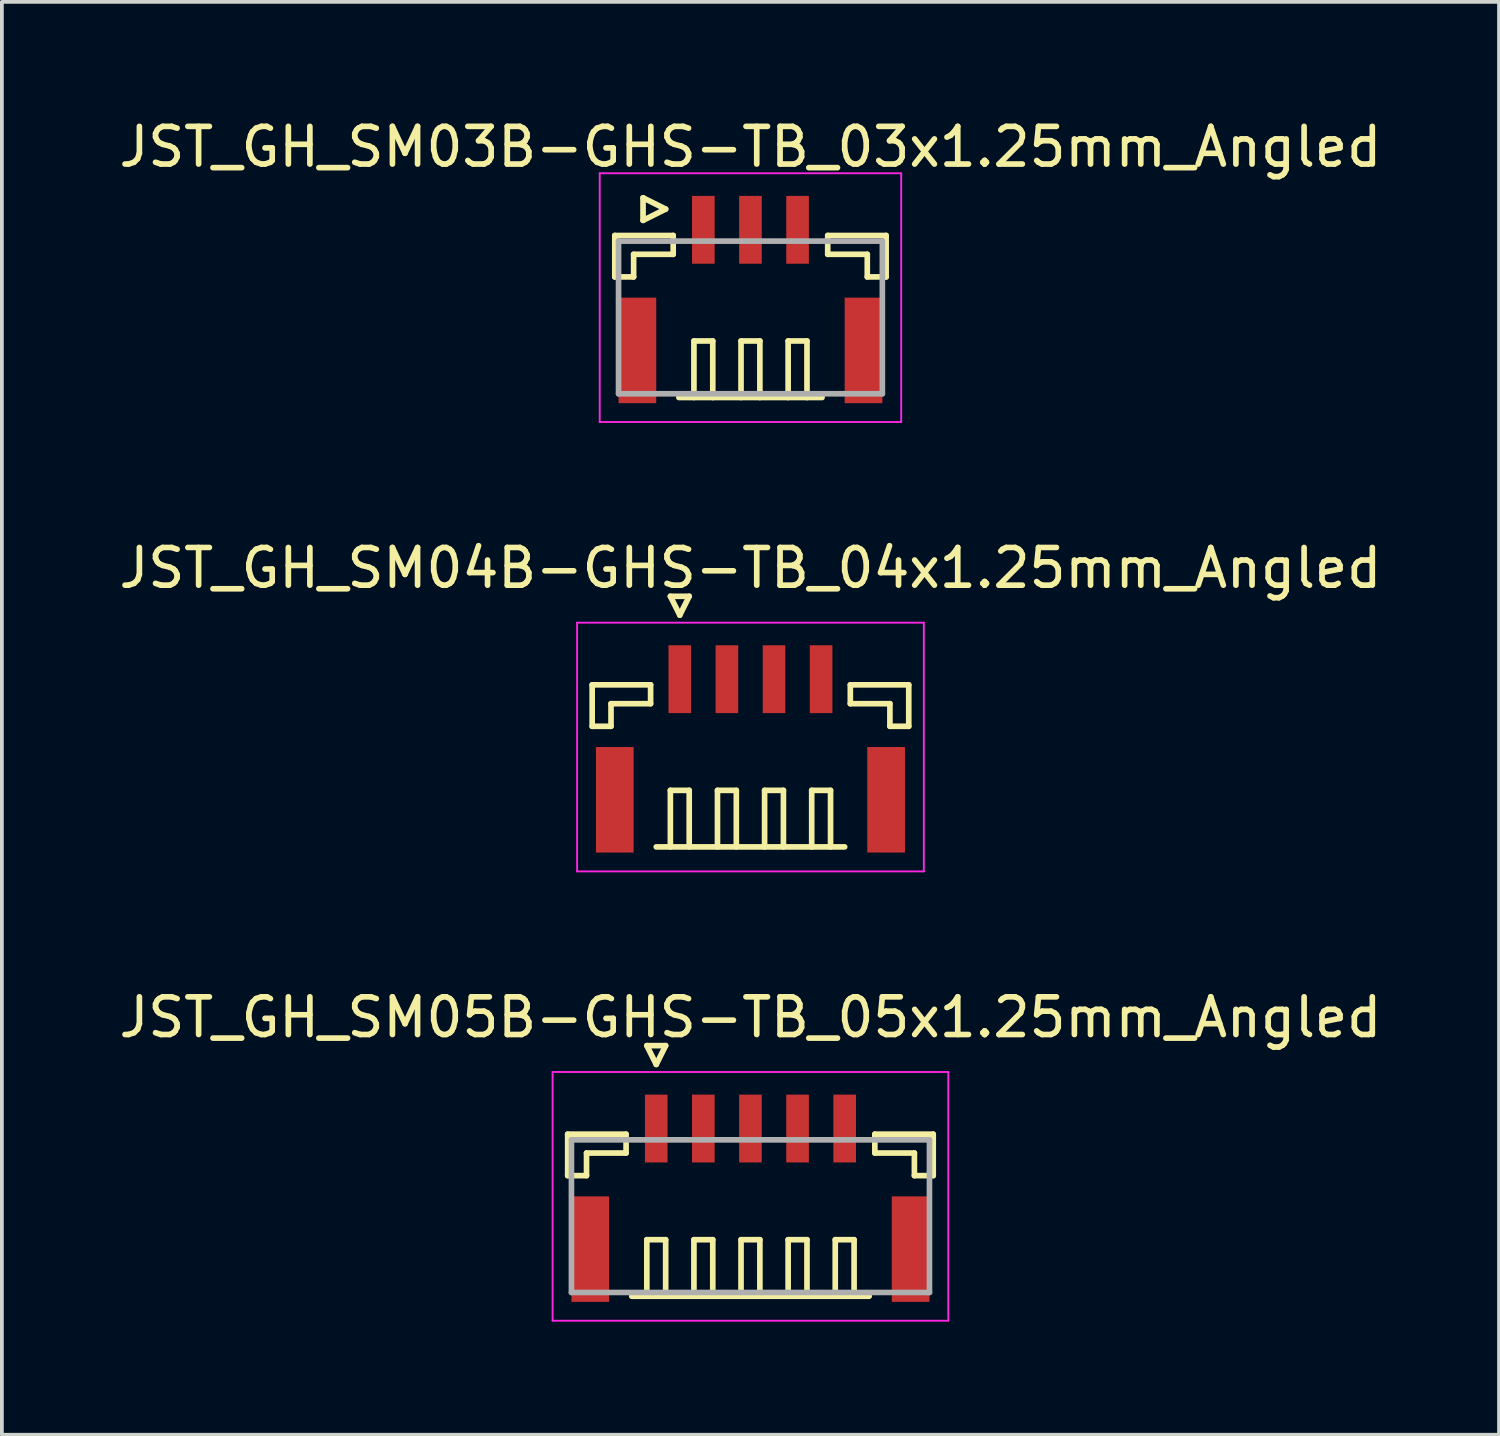
<source format=kicad_pcb>
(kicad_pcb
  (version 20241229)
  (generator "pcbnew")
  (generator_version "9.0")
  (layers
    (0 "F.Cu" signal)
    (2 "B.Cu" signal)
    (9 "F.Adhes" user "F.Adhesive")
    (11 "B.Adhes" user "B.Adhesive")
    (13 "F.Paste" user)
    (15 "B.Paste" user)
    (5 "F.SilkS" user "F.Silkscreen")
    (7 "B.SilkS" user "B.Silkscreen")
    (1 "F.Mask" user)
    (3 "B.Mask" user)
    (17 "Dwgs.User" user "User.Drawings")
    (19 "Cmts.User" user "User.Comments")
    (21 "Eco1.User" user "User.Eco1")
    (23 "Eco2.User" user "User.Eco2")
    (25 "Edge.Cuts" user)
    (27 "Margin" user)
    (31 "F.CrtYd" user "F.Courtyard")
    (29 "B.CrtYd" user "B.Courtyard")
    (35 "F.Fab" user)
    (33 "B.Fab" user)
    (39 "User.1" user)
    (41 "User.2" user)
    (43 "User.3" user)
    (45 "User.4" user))
  (footprint "JST_GH_SM04B-GHS-TB_04x1.25mm_Angled"
    (layer "F.Cu")
    (at 16.863 16.572)
    (property "Reference" "JST_GH_SM04B-GHS-TB_04x1.25mm_Angled" (at 0 -4.55 0) (layer "F.SilkS") (effects (font (size 1 1) (thickness 0.15))))
    (attr smd)
    (fp_line (start -4.2 -1.45) (end -2.65 -1.45) (stroke (width 0.15) (type solid)) (layer "F.SilkS"))
    (fp_line (start -4.2 -0.35) (end -4.2 -1.45) (stroke (width 0.15) (type solid)) (layer "F.SilkS"))
    (fp_line (start -3.7 -0.95) (end -3.7 -0.35) (stroke (width 0.15) (type solid)) (layer "F.SilkS"))
    (fp_line (start -3.7 -0.35) (end -4.2 -0.35) (stroke (width 0.15) (type solid)) (layer "F.SilkS"))
    (fp_line (start -2.65 -1.45) (end -2.65 -0.95) (stroke (width 0.15) (type solid)) (layer "F.SilkS"))
    (fp_line (start -2.65 -0.95) (end -3.7 -0.95) (stroke (width 0.15) (type solid)) (layer "F.SilkS"))
    (fp_line (start -2.5 2.85) (end 2.5 2.85) (stroke (width 0.15) (type solid)) (layer "F.SilkS"))
    (fp_line (start -2.125 -3.8) (end -1.625 -3.8) (stroke (width 0.15) (type solid)) (layer "F.SilkS"))
    (fp_line (start -2.125 1.35) (end -1.625 1.35) (stroke (width 0.15) (type solid)) (layer "F.SilkS"))
    (fp_line (start -2.125 2.85) (end -2.125 1.35) (stroke (width 0.15) (type solid)) (layer "F.SilkS"))
    (fp_line (start -1.875 -3.3) (end -2.125 -3.8) (stroke (width 0.15) (type solid)) (layer "F.SilkS"))
    (fp_line (start -1.625 -3.8) (end -1.875 -3.3) (stroke (width 0.15) (type solid)) (layer "F.SilkS"))
    (fp_line (start -1.625 1.35) (end -1.625 2.85) (stroke (width 0.15) (type solid)) (layer "F.SilkS"))
    (fp_line (start -0.875 1.35) (end -0.375 1.35) (stroke (width 0.15) (type solid)) (layer "F.SilkS"))
    (fp_line (start -0.875 2.85) (end -0.875 1.35) (stroke (width 0.15) (type solid)) (layer "F.SilkS"))
    (fp_line (start -0.375 1.35) (end -0.375 2.85) (stroke (width 0.15) (type solid)) (layer "F.SilkS"))
    (fp_line (start 0.375 1.35) (end 0.875 1.35) (stroke (width 0.15) (type solid)) (layer "F.SilkS"))
    (fp_line (start 0.375 2.85) (end 0.375 1.35) (stroke (width 0.15) (type solid)) (layer "F.SilkS"))
    (fp_line (start 0.875 1.35) (end 0.875 2.85) (stroke (width 0.15) (type solid)) (layer "F.SilkS"))
    (fp_line (start 1.625 1.35) (end 2.125 1.35) (stroke (width 0.15) (type solid)) (layer "F.SilkS"))
    (fp_line (start 1.625 2.85) (end 1.625 1.35) (stroke (width 0.15) (type solid)) (layer "F.SilkS"))
    (fp_line (start 2.125 1.35) (end 2.125 2.85) (stroke (width 0.15) (type solid)) (layer "F.SilkS"))
    (fp_line (start 2.65 -1.45) (end 2.65 -0.95) (stroke (width 0.15) (type solid)) (layer "F.SilkS"))
    (fp_line (start 2.65 -0.95) (end 3.7 -0.95) (stroke (width 0.15) (type solid)) (layer "F.SilkS"))
    (fp_line (start 3.7 -0.95) (end 3.7 -0.35) (stroke (width 0.15) (type solid)) (layer "F.SilkS"))
    (fp_line (start 3.7 -0.35) (end 4.2 -0.35) (stroke (width 0.15) (type solid)) (layer "F.SilkS"))
    (fp_line (start 4.2 -1.45) (end 2.65 -1.45) (stroke (width 0.15) (type solid)) (layer "F.SilkS"))
    (fp_line (start 4.2 -0.35) (end 4.2 -1.45) (stroke (width 0.15) (type solid)) (layer "F.SilkS"))
    (fp_line (start -4.6 -3.1) (end -4.6 3.5) (stroke (width 0.05) (type solid)) (layer "F.CrtYd"))
    (fp_line (start -4.6 3.5) (end 4.6 3.5) (stroke (width 0.05) (type solid)) (layer "F.CrtYd"))
    (fp_line (start 4.6 -3.1) (end -4.6 -3.1) (stroke (width 0.05) (type solid)) (layer "F.CrtYd"))
    (fp_line (start 4.6 3.5) (end 4.6 -3.1) (stroke (width 0.05) (type solid)) (layer "F.CrtYd"))
    (pad "" smd rect (at -3.6 1.6) (size 1 2.8) (layers "F.Cu" "F.Mask" "F.Paste"))
    (pad "" smd rect (at 3.6 1.6) (size 1 2.8) (layers "F.Cu" "F.Mask" "F.Paste"))
    (pad "1" smd rect (at -1.875 -1.6) (size 0.6 1.8) (layers "F.Cu" "F.Mask" "F.Paste"))
    (pad "2" smd rect (at -0.625 -1.6) (size 0.6 1.8) (layers "F.Cu" "F.Mask" "F.Paste"))
    (pad "3" smd rect (at 0.625 -1.6) (size 0.6 1.8) (layers "F.Cu" "F.Mask" "F.Paste"))
    (pad "4" smd rect (at 1.875 -1.6) (size 0.6 1.8) (layers "F.Cu" "F.Mask" "F.Paste")))
  (footprint "JST_GH_SM05B-GHS-TB_05x1.25mm_Angled"
    (layer "F.Cu")
    (at 16.863 28.495)
    (property "Reference" "JST_GH_SM05B-GHS-TB_05x1.25mm_Angled" (at 0 -4.55 0) (layer "F.SilkS") (effects (font (size 1 1) (thickness 0.15))))
    (attr smd)
    (fp_line (start -4.85 -1.45) (end -3.3 -1.45) (stroke (width 0.15) (type solid)) (layer "F.SilkS"))
    (fp_line (start -4.85 -0.35) (end -4.85 -1.45) (stroke (width 0.15) (type solid)) (layer "F.SilkS"))
    (fp_line (start -4.35 -0.95) (end -4.35 -0.35) (stroke (width 0.15) (type solid)) (layer "F.SilkS"))
    (fp_line (start -4.35 -0.35) (end -4.85 -0.35) (stroke (width 0.15) (type solid)) (layer "F.SilkS"))
    (fp_line (start -3.3 -1.45) (end -3.3 -0.95) (stroke (width 0.15) (type solid)) (layer "F.SilkS"))
    (fp_line (start -3.3 -0.95) (end -4.35 -0.95) (stroke (width 0.15) (type solid)) (layer "F.SilkS"))
    (fp_line (start -3.15 2.85) (end 3.15 2.85) (stroke (width 0.15) (type solid)) (layer "F.SilkS"))
    (fp_line (start -2.75 -3.8) (end -2.25 -3.8) (stroke (width 0.15) (type solid)) (layer "F.SilkS"))
    (fp_line (start -2.75 1.35) (end -2.25 1.35) (stroke (width 0.15) (type solid)) (layer "F.SilkS"))
    (fp_line (start -2.75 2.85) (end -2.75 1.35) (stroke (width 0.15) (type solid)) (layer "F.SilkS"))
    (fp_line (start -2.5 -3.3) (end -2.75 -3.8) (stroke (width 0.15) (type solid)) (layer "F.SilkS"))
    (fp_line (start -2.25 -3.8) (end -2.5 -3.3) (stroke (width 0.15) (type solid)) (layer "F.SilkS"))
    (fp_line (start -2.25 1.35) (end -2.25 2.85) (stroke (width 0.15) (type solid)) (layer "F.SilkS"))
    (fp_line (start -1.5 1.35) (end -1 1.35) (stroke (width 0.15) (type solid)) (layer "F.SilkS"))
    (fp_line (start -1.5 2.85) (end -1.5 1.35) (stroke (width 0.15) (type solid)) (layer "F.SilkS"))
    (fp_line (start -1 1.35) (end -1 2.85) (stroke (width 0.15) (type solid)) (layer "F.SilkS"))
    (fp_line (start -0.25 1.35) (end 0.25 1.35) (stroke (width 0.15) (type solid)) (layer "F.SilkS"))
    (fp_line (start -0.25 2.85) (end -0.25 1.35) (stroke (width 0.15) (type solid)) (layer "F.SilkS"))
    (fp_line (start 0.25 1.35) (end 0.25 2.85) (stroke (width 0.15) (type solid)) (layer "F.SilkS"))
    (fp_line (start 1 1.35) (end 1.5 1.35) (stroke (width 0.15) (type solid)) (layer "F.SilkS"))
    (fp_line (start 1 2.85) (end 1 1.35) (stroke (width 0.15) (type solid)) (layer "F.SilkS"))
    (fp_line (start 1.5 1.35) (end 1.5 2.85) (stroke (width 0.15) (type solid)) (layer "F.SilkS"))
    (fp_line (start 2.25 1.35) (end 2.75 1.35) (stroke (width 0.15) (type solid)) (layer "F.SilkS"))
    (fp_line (start 2.25 2.85) (end 2.25 1.35) (stroke (width 0.15) (type solid)) (layer "F.SilkS"))
    (fp_line (start 2.75 1.35) (end 2.75 2.85) (stroke (width 0.15) (type solid)) (layer "F.SilkS"))
    (fp_line (start 3.3 -1.45) (end 3.3 -0.95) (stroke (width 0.15) (type solid)) (layer "F.SilkS"))
    (fp_line (start 3.3 -0.95) (end 4.35 -0.95) (stroke (width 0.15) (type solid)) (layer "F.SilkS"))
    (fp_line (start 4.35 -0.95) (end 4.35 -0.35) (stroke (width 0.15) (type solid)) (layer "F.SilkS"))
    (fp_line (start 4.35 -0.35) (end 4.85 -0.35) (stroke (width 0.15) (type solid)) (layer "F.SilkS"))
    (fp_line (start 4.85 -1.45) (end 3.3 -1.45) (stroke (width 0.15) (type solid)) (layer "F.SilkS"))
    (fp_line (start 4.85 -0.35) (end 4.85 -1.45) (stroke (width 0.15) (type solid)) (layer "F.SilkS"))
    (fp_line (start -5.25 -3.1) (end -5.25 3.5) (stroke (width 0.05) (type solid)) (layer "F.CrtYd"))
    (fp_line (start -5.25 3.5) (end 5.25 3.5) (stroke (width 0.05) (type solid)) (layer "F.CrtYd"))
    (fp_line (start 5.25 -3.1) (end -5.25 -3.1) (stroke (width 0.05) (type solid)) (layer "F.CrtYd"))
    (fp_line (start 5.25 3.5) (end 5.25 -3.1) (stroke (width 0.05) (type solid)) (layer "F.CrtYd"))
    (fp_line (start -4.75 -1.3) (end -4.75 2.75) (stroke (width 0.15) (type solid)) (layer "F.Fab"))
    (fp_line (start -4.75 2.75) (end 4.75 2.75) (stroke (width 0.15) (type solid)) (layer "F.Fab"))
    (fp_line (start 4.75 -1.3) (end -4.75 -1.3) (stroke (width 0.15) (type solid)) (layer "F.Fab"))
    (fp_line (start 4.75 2.75) (end 4.75 -1.3) (stroke (width 0.15) (type solid)) (layer "F.Fab"))
    (pad "" smd rect (at -4.25 1.6) (size 1 2.8) (layers "F.Cu" "F.Mask" "F.Paste"))
    (pad "" smd rect (at 4.25 1.6) (size 1 2.8) (layers "F.Cu" "F.Mask" "F.Paste"))
    (pad "1" smd rect (at -2.5 -1.6) (size 0.6 1.8) (layers "F.Cu" "F.Mask" "F.Paste"))
    (pad "2" smd rect (at -1.25 -1.6) (size 0.6 1.8) (layers "F.Cu" "F.Mask" "F.Paste"))
    (pad "3" smd rect (at 0 -1.6) (size 0.6 1.8) (layers "F.Cu" "F.Mask" "F.Paste"))
    (pad "4" smd rect (at 1.25 -1.6) (size 0.6 1.8) (layers "F.Cu" "F.Mask" "F.Paste"))
    (pad "5" smd rect (at 2.5 -1.6) (size 0.6 1.8) (layers "F.Cu" "F.Mask" "F.Paste")))
  (footprint "JST_GH_SM03B-GHS-TB_03x1.25mm_Angled"
    (layer "F.Cu")
    (at 16.863 4.648)
    (property "Reference" "JST_GH_SM03B-GHS-TB_03x1.25mm_Angled" (at 0 -3.8 0) (layer "F.SilkS") (effects (font (size 1 1) (thickness 0.15))))
    (attr smd)
    (fp_line (start -3.6 -1.45) (end -2.05 -1.45) (stroke (width 0.15) (type solid)) (layer "F.SilkS"))
    (fp_line (start -3.6 -0.35) (end -3.6 -1.45) (stroke (width 0.15) (type solid)) (layer "F.SilkS"))
    (fp_line (start -3.1 -0.95) (end -3.1 -0.35) (stroke (width 0.15) (type solid)) (layer "F.SilkS"))
    (fp_line (start -3.1 -0.35) (end -3.6 -0.35) (stroke (width 0.15) (type solid)) (layer "F.SilkS"))
    (fp_line (start -2.85 -2.45) (end -2.85 -1.85) (stroke (width 0.15) (type solid)) (layer "F.SilkS"))
    (fp_line (start -2.85 -1.85) (end -2.25 -2.15) (stroke (width 0.15) (type solid)) (layer "F.SilkS"))
    (fp_line (start -2.25 -2.15) (end -2.85 -2.45) (stroke (width 0.15) (type solid)) (layer "F.SilkS"))
    (fp_line (start -2.05 -1.45) (end -2.05 -0.95) (stroke (width 0.15) (type solid)) (layer "F.SilkS"))
    (fp_line (start -2.05 -0.95) (end -3.1 -0.95) (stroke (width 0.15) (type solid)) (layer "F.SilkS"))
    (fp_line (start -1.9 2.85) (end 1.9 2.85) (stroke (width 0.15) (type solid)) (layer "F.SilkS"))
    (fp_line (start -1.5 1.35) (end -1 1.35) (stroke (width 0.15) (type solid)) (layer "F.SilkS"))
    (fp_line (start -1.5 2.85) (end -1.5 1.35) (stroke (width 0.15) (type solid)) (layer "F.SilkS"))
    (fp_line (start -1 1.35) (end -1 2.85) (stroke (width 0.15) (type solid)) (layer "F.SilkS"))
    (fp_line (start -0.25 1.35) (end 0.25 1.35) (stroke (width 0.15) (type solid)) (layer "F.SilkS"))
    (fp_line (start -0.25 2.85) (end -0.25 1.35) (stroke (width 0.15) (type solid)) (layer "F.SilkS"))
    (fp_line (start 0.25 1.35) (end 0.25 2.85) (stroke (width 0.15) (type solid)) (layer "F.SilkS"))
    (fp_line (start 1 1.35) (end 1.5 1.35) (stroke (width 0.15) (type solid)) (layer "F.SilkS"))
    (fp_line (start 1 2.85) (end 1 1.35) (stroke (width 0.15) (type solid)) (layer "F.SilkS"))
    (fp_line (start 1.5 1.35) (end 1.5 2.85) (stroke (width 0.15) (type solid)) (layer "F.SilkS"))
    (fp_line (start 2.05 -1.45) (end 2.05 -0.95) (stroke (width 0.15) (type solid)) (layer "F.SilkS"))
    (fp_line (start 2.05 -0.95) (end 3.1 -0.95) (stroke (width 0.15) (type solid)) (layer "F.SilkS"))
    (fp_line (start 3.1 -0.95) (end 3.1 -0.35) (stroke (width 0.15) (type solid)) (layer "F.SilkS"))
    (fp_line (start 3.1 -0.35) (end 3.6 -0.35) (stroke (width 0.15) (type solid)) (layer "F.SilkS"))
    (fp_line (start 3.6 -1.45) (end 2.05 -1.45) (stroke (width 0.15) (type solid)) (layer "F.SilkS"))
    (fp_line (start 3.6 -0.35) (end 3.6 -1.45) (stroke (width 0.15) (type solid)) (layer "F.SilkS"))
    (fp_line (start -4 -3.1) (end -4 3.5) (stroke (width 0.05) (type solid)) (layer "F.CrtYd"))
    (fp_line (start -4 3.5) (end 4 3.5) (stroke (width 0.05) (type solid)) (layer "F.CrtYd"))
    (fp_line (start 4 -3.1) (end -4 -3.1) (stroke (width 0.05) (type solid)) (layer "F.CrtYd"))
    (fp_line (start 4 3.5) (end 4 -3.1) (stroke (width 0.05) (type solid)) (layer "F.CrtYd"))
    (fp_line (start -3.5 -1.3) (end -3.5 2.75) (stroke (width 0.15) (type solid)) (layer "F.Fab"))
    (fp_line (start -3.5 2.75) (end 3.5 2.75) (stroke (width 0.15) (type solid)) (layer "F.Fab"))
    (fp_line (start 3.5 -1.3) (end -3.5 -1.3) (stroke (width 0.15) (type solid)) (layer "F.Fab"))
    (fp_line (start 3.5 2.75) (end 3.5 -1.3) (stroke (width 0.15) (type solid)) (layer "F.Fab"))
    (pad "" smd rect (at -3 1.6) (size 1 2.8) (layers "F.Cu" "F.Mask" "F.Paste"))
    (pad "" smd rect (at 3 1.6) (size 1 2.8) (layers "F.Cu" "F.Mask" "F.Paste"))
    (pad "1" smd rect (at -1.25 -1.6) (size 0.6 1.8) (layers "F.Cu" "F.Mask" "F.Paste"))
    (pad "2" smd rect (at 0 -1.6) (size 0.6 1.8) (layers "F.Cu" "F.Mask" "F.Paste"))
    (pad "3" smd rect (at 1.25 -1.6) (size 0.6 1.8) (layers "F.Cu" "F.Mask" "F.Paste")))
  (gr_rect
    (start -3 -3)
    (end 36.726 35.02)
    (stroke (width 0.1) (type default))
    (fill no)
    (layer "Edge.Cuts")))
</source>
